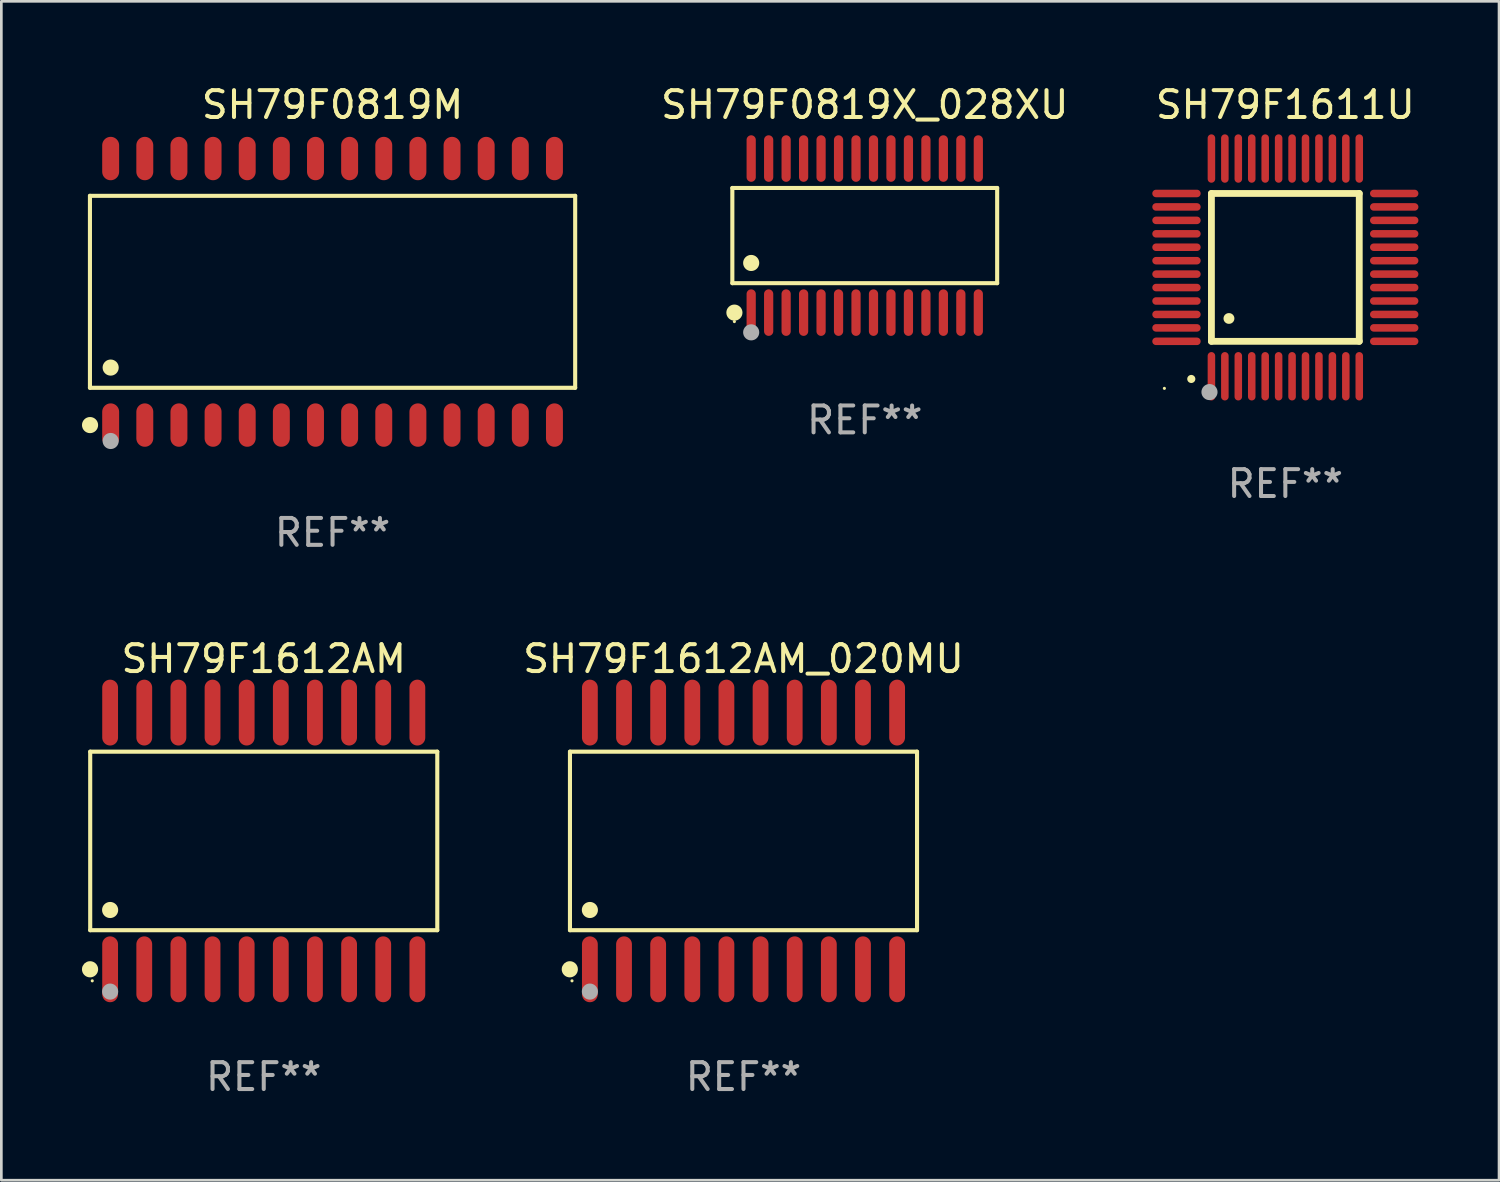
<source format=kicad_pcb>
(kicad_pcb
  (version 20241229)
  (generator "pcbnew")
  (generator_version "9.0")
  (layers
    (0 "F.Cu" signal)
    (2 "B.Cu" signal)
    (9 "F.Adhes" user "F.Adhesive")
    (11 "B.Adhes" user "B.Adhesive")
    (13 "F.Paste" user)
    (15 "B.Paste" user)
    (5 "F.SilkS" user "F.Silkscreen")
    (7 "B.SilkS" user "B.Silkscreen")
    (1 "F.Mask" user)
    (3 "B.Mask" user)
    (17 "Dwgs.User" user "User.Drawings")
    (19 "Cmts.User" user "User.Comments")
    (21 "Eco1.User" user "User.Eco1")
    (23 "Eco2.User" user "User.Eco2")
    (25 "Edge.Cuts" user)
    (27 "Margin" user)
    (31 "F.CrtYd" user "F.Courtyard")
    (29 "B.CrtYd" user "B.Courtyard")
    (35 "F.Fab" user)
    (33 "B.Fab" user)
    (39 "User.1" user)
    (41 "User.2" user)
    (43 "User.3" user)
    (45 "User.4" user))
  (footprint "SH79F0819M"
    (layer "F.Cu")
    (at 9.322 7.806)
    (property "Reference" "SH79F0819M" (at 0 -6.958 0) (layer "F.SilkS") (effects (font (size 1 1) (thickness 0.15))))
    (attr through_hole)
    (fp_line (start -9.026 -3.571) (end 9.026 -3.571) (stroke (width 0.152) (type solid)) (layer "F.SilkS"))
    (fp_line (start -9.026 3.571) (end -9.026 -3.571) (stroke (width 0.152) (type solid)) (layer "F.SilkS"))
    (fp_line (start 9.026 -3.571) (end 9.026 3.571) (stroke (width 0.152) (type solid)) (layer "F.SilkS"))
    (fp_line (start 9.026 3.571) (end -9.026 3.571) (stroke (width 0.152) (type solid)) (layer "F.SilkS"))
    (fp_circle (center -9.022 4.958) (end -8.872 4.958) (stroke (width 0.3) (type solid)) (fill no) (layer "F.SilkS"))
    (fp_circle (center -8.95 5.15) (end -8.92 5.15) (stroke (width 0.06) (type solid)) (fill no) (layer "F.SilkS"))
    (fp_circle (center -8.255 2.819) (end -8.105 2.819) (stroke (width 0.3) (type solid)) (fill no) (layer "F.SilkS"))
    (fp_circle (center -8.255 5.55) (end -8.105 5.55) (stroke (width 0.3) (type solid)) (fill no) (layer "F.Fab"))
    (fp_text user "REF**" (at 0 8.958 0) (layer "F.Fab") (effects (font (size 1 1) (thickness 0.15))))
    (pad "1" smd oval (at -8.255 4.958) (size 0.63 1.615) (layers "F.Cu" "F.Mask" "F.Paste"))
    (pad "2" smd oval (at -6.985 4.958) (size 0.63 1.615) (layers "F.Cu" "F.Mask" "F.Paste"))
    (pad "3" smd oval (at -5.715 4.958) (size 0.63 1.615) (layers "F.Cu" "F.Mask" "F.Paste"))
    (pad "4" smd oval (at -4.445 4.958) (size 0.63 1.615) (layers "F.Cu" "F.Mask" "F.Paste"))
    (pad "5" smd oval (at -3.175 4.958) (size 0.63 1.615) (layers "F.Cu" "F.Mask" "F.Paste"))
    (pad "6" smd oval (at -1.905 4.958) (size 0.63 1.615) (layers "F.Cu" "F.Mask" "F.Paste"))
    (pad "7" smd oval (at -0.635 4.958) (size 0.63 1.615) (layers "F.Cu" "F.Mask" "F.Paste"))
    (pad "8" smd oval (at 0.635 4.958) (size 0.63 1.615) (layers "F.Cu" "F.Mask" "F.Paste"))
    (pad "9" smd oval (at 1.905 4.958) (size 0.63 1.615) (layers "F.Cu" "F.Mask" "F.Paste"))
    (pad "10" smd oval (at 3.175 4.958) (size 0.63 1.615) (layers "F.Cu" "F.Mask" "F.Paste"))
    (pad "11" smd oval (at 4.445 4.958) (size 0.63 1.615) (layers "F.Cu" "F.Mask" "F.Paste"))
    (pad "12" smd oval (at 5.715 4.958) (size 0.63 1.615) (layers "F.Cu" "F.Mask" "F.Paste"))
    (pad "13" smd oval (at 6.985 4.958) (size 0.63 1.615) (layers "F.Cu" "F.Mask" "F.Paste"))
    (pad "14" smd oval (at 8.255 4.958) (size 0.63 1.615) (layers "F.Cu" "F.Mask" "F.Paste"))
    (pad "15" smd oval (at 8.255 -4.958) (size 0.63 1.615) (layers "F.Cu" "F.Mask" "F.Paste"))
    (pad "16" smd oval (at 6.985 -4.958) (size 0.63 1.615) (layers "F.Cu" "F.Mask" "F.Paste"))
    (pad "17" smd oval (at 5.715 -4.958) (size 0.63 1.615) (layers "F.Cu" "F.Mask" "F.Paste"))
    (pad "18" smd oval (at 4.445 -4.958) (size 0.63 1.615) (layers "F.Cu" "F.Mask" "F.Paste"))
    (pad "19" smd oval (at 3.175 -4.958) (size 0.63 1.615) (layers "F.Cu" "F.Mask" "F.Paste"))
    (pad "20" smd oval (at 1.905 -4.958) (size 0.63 1.615) (layers "F.Cu" "F.Mask" "F.Paste"))
    (pad "21" smd oval (at 0.635 -4.958) (size 0.63 1.615) (layers "F.Cu" "F.Mask" "F.Paste"))
    (pad "22" smd oval (at -0.635 -4.958) (size 0.63 1.615) (layers "F.Cu" "F.Mask" "F.Paste"))
    (pad "23" smd oval (at -1.905 -4.958) (size 0.63 1.615) (layers "F.Cu" "F.Mask" "F.Paste"))
    (pad "24" smd oval (at -3.175 -4.958) (size 0.63 1.615) (layers "F.Cu" "F.Mask" "F.Paste"))
    (pad "25" smd oval (at -4.445 -4.958) (size 0.63 1.615) (layers "F.Cu" "F.Mask" "F.Paste"))
    (pad "26" smd oval (at -5.715 -4.958) (size 0.63 1.615) (layers "F.Cu" "F.Mask" "F.Paste"))
    (pad "27" smd oval (at -6.985 -4.958) (size 0.63 1.615) (layers "F.Cu" "F.Mask" "F.Paste"))
    (pad "28" smd oval (at -8.255 -4.958) (size 0.63 1.615) (layers "F.Cu" "F.Mask" "F.Paste")))
  (footprint "SH79F1611U"
    (layer "F.Cu")
    (at 44.768 6.898)
    (property "Reference" "SH79F1611U" (at 0 -6.05 0) (layer "F.SilkS") (effects (font (size 1 1) (thickness 0.15))))
    (attr through_hole)
    (fp_line (start -2.75 -2.75) (end 2.75 -2.75) (stroke (width 0.254) (type solid)) (layer "F.SilkS"))
    (fp_line (start -2.75 2.75) (end -2.75 -2.75) (stroke (width 0.254) (type solid)) (layer "F.SilkS"))
    (fp_line (start 2.75 -2.75) (end 2.75 2.75) (stroke (width 0.254) (type solid)) (layer "F.SilkS"))
    (fp_line (start 2.75 2.75) (end -2.75 2.75) (stroke (width 0.254) (type solid)) (layer "F.SilkS"))
    (fp_arc (start -3.500127 4.150368) (mid -3.498857 4.150363) (end -3.497587 4.150368) (stroke (width 0.3) (type solid)) (layer "F.SilkS"))
    (fp_arc (start -2.100584 1.899924) (mid -2.098044 1.899908) (end -2.095504 1.899924) (stroke (width 0.4) (type solid)) (layer "F.SilkS"))
    (fp_circle (center -4.5 4.5) (end -4.47 4.5) (stroke (width 0.06) (type solid)) (fill no) (layer "F.SilkS"))
    (fp_circle (center -2.822 4.638) (end -2.672 4.638) (stroke (width 0.3) (type solid)) (fill no) (layer "F.Fab"))
    (fp_text user "REF**" (at 0 8.05 0) (layer "F.Fab") (effects (font (size 1 1) (thickness 0.15))))
    (pad "1" smd oval (at -2.75 4.05) (size 0.28 1.8) (layers "F.Cu" "F.Mask" "F.Paste"))
    (pad "2" smd oval (at -2.25 4.05) (size 0.28 1.8) (layers "F.Cu" "F.Mask" "F.Paste"))
    (pad "3" smd oval (at -1.75 4.05) (size 0.28 1.8) (layers "F.Cu" "F.Mask" "F.Paste"))
    (pad "4" smd oval (at -1.25 4.05) (size 0.28 1.8) (layers "F.Cu" "F.Mask" "F.Paste"))
    (pad "5" smd oval (at -0.75 4.05) (size 0.28 1.8) (layers "F.Cu" "F.Mask" "F.Paste"))
    (pad "6" smd oval (at -0.25 4.05) (size 0.28 1.8) (layers "F.Cu" "F.Mask" "F.Paste"))
    (pad "7" smd oval (at 0.25 4.05) (size 0.28 1.8) (layers "F.Cu" "F.Mask" "F.Paste"))
    (pad "8" smd oval (at 0.75 4.05) (size 0.28 1.8) (layers "F.Cu" "F.Mask" "F.Paste"))
    (pad "9" smd oval (at 1.25 4.05) (size 0.28 1.8) (layers "F.Cu" "F.Mask" "F.Paste"))
    (pad "10" smd oval (at 1.75 4.05) (size 0.28 1.8) (layers "F.Cu" "F.Mask" "F.Paste"))
    (pad "11" smd oval (at 2.25 4.05) (size 0.28 1.8) (layers "F.Cu" "F.Mask" "F.Paste"))
    (pad "12" smd oval (at 2.75 4.05) (size 0.28 1.8) (layers "F.Cu" "F.Mask" "F.Paste"))
    (pad "13" smd oval (at 4.05 2.75) (size 1.8 0.28) (layers "F.Cu" "F.Mask" "F.Paste"))
    (pad "14" smd oval (at 4.05 2.25) (size 1.8 0.28) (layers "F.Cu" "F.Mask" "F.Paste"))
    (pad "15" smd oval (at 4.05 1.75) (size 1.8 0.28) (layers "F.Cu" "F.Mask" "F.Paste"))
    (pad "16" smd oval (at 4.05 1.25) (size 1.8 0.28) (layers "F.Cu" "F.Mask" "F.Paste"))
    (pad "17" smd oval (at 4.05 0.75) (size 1.8 0.28) (layers "F.Cu" "F.Mask" "F.Paste"))
    (pad "18" smd oval (at 4.05 0.25) (size 1.8 0.28) (layers "F.Cu" "F.Mask" "F.Paste"))
    (pad "19" smd oval (at 4.05 -0.25) (size 1.8 0.28) (layers "F.Cu" "F.Mask" "F.Paste"))
    (pad "20" smd oval (at 4.05 -0.75) (size 1.8 0.28) (layers "F.Cu" "F.Mask" "F.Paste"))
    (pad "21" smd oval (at 4.05 -1.25) (size 1.8 0.28) (layers "F.Cu" "F.Mask" "F.Paste"))
    (pad "22" smd oval (at 4.05 -1.75) (size 1.8 0.28) (layers "F.Cu" "F.Mask" "F.Paste"))
    (pad "23" smd oval (at 4.05 -2.25) (size 1.8 0.28) (layers "F.Cu" "F.Mask" "F.Paste"))
    (pad "24" smd oval (at 4.05 -2.75) (size 1.8 0.28) (layers "F.Cu" "F.Mask" "F.Paste"))
    (pad "25" smd oval (at 2.75 -4.05) (size 0.28 1.8) (layers "F.Cu" "F.Mask" "F.Paste"))
    (pad "26" smd oval (at 2.25 -4.05) (size 0.28 1.8) (layers "F.Cu" "F.Mask" "F.Paste"))
    (pad "27" smd oval (at 1.75 -4.05) (size 0.28 1.8) (layers "F.Cu" "F.Mask" "F.Paste"))
    (pad "28" smd oval (at 1.25 -4.05) (size 0.28 1.8) (layers "F.Cu" "F.Mask" "F.Paste"))
    (pad "29" smd oval (at 0.75 -4.05) (size 0.28 1.8) (layers "F.Cu" "F.Mask" "F.Paste"))
    (pad "30" smd oval (at 0.25 -4.05) (size 0.28 1.8) (layers "F.Cu" "F.Mask" "F.Paste"))
    (pad "31" smd oval (at -0.25 -4.05) (size 0.28 1.8) (layers "F.Cu" "F.Mask" "F.Paste"))
    (pad "32" smd oval (at -0.75 -4.05) (size 0.28 1.8) (layers "F.Cu" "F.Mask" "F.Paste"))
    (pad "33" smd oval (at -1.25 -4.05) (size 0.28 1.8) (layers "F.Cu" "F.Mask" "F.Paste"))
    (pad "34" smd oval (at -1.75 -4.05) (size 0.28 1.8) (layers "F.Cu" "F.Mask" "F.Paste"))
    (pad "35" smd oval (at -2.25 -4.05) (size 0.28 1.8) (layers "F.Cu" "F.Mask" "F.Paste"))
    (pad "36" smd oval (at -2.75 -4.05) (size 0.28 1.8) (layers "F.Cu" "F.Mask" "F.Paste"))
    (pad "37" smd oval (at -4.05 -2.75) (size 1.8 0.28) (layers "F.Cu" "F.Mask" "F.Paste"))
    (pad "38" smd oval (at -4.05 -2.25) (size 1.8 0.28) (layers "F.Cu" "F.Mask" "F.Paste"))
    (pad "39" smd oval (at -4.05 -1.75) (size 1.8 0.28) (layers "F.Cu" "F.Mask" "F.Paste"))
    (pad "40" smd oval (at -4.05 -1.25) (size 1.8 0.28) (layers "F.Cu" "F.Mask" "F.Paste"))
    (pad "41" smd oval (at -4.05 -0.75) (size 1.8 0.28) (layers "F.Cu" "F.Mask" "F.Paste"))
    (pad "42" smd oval (at -4.05 -0.25) (size 1.8 0.28) (layers "F.Cu" "F.Mask" "F.Paste"))
    (pad "43" smd oval (at -4.05 0.25) (size 1.8 0.28) (layers "F.Cu" "F.Mask" "F.Paste"))
    (pad "44" smd oval (at -4.05 0.75) (size 1.8 0.28) (layers "F.Cu" "F.Mask" "F.Paste"))
    (pad "45" smd oval (at -4.05 1.25) (size 1.8 0.28) (layers "F.Cu" "F.Mask" "F.Paste"))
    (pad "46" smd oval (at -4.05 1.75) (size 1.8 0.28) (layers "F.Cu" "F.Mask" "F.Paste"))
    (pad "47" smd oval (at -4.05 2.25) (size 1.8 0.28) (layers "F.Cu" "F.Mask" "F.Paste"))
    (pad "48" smd oval (at -4.05 2.75) (size 1.8 0.28) (layers "F.Cu" "F.Mask" "F.Paste")))
  (footprint "SH79F0819X_028XU"
    (layer "F.Cu")
    (at 29.121 5.714)
    (property "Reference" "SH79F0819X_028XU" (at 0 -4.866 0) (layer "F.SilkS") (effects (font (size 1 1) (thickness 0.15))))
    (attr through_hole)
    (fp_line (start -4.926 -1.772) (end 4.926 -1.772) (stroke (width 0.152) (type solid)) (layer "F.SilkS"))
    (fp_line (start -4.926 1.771) (end -4.926 -1.772) (stroke (width 0.152) (type solid)) (layer "F.SilkS"))
    (fp_line (start 4.926 -1.772) (end 4.926 1.771) (stroke (width 0.152) (type solid)) (layer "F.SilkS"))
    (fp_line (start 4.926 1.771) (end -4.926 1.771) (stroke (width 0.152) (type solid)) (layer "F.SilkS"))
    (fp_circle (center -4.85 3.2) (end -4.82 3.2) (stroke (width 0.06) (type solid)) (fill no) (layer "F.SilkS"))
    (fp_circle (center -4.849 2.866) (end -4.699 2.866) (stroke (width 0.3) (type solid)) (fill no) (layer "F.SilkS"))
    (fp_circle (center -4.225 1.019) (end -4.075 1.019) (stroke (width 0.3) (type solid)) (fill no) (layer "F.SilkS"))
    (fp_circle (center -4.225 3.6) (end -4.075 3.6) (stroke (width 0.3) (type solid)) (fill no) (layer "F.Fab"))
    (fp_text user "REF**" (at 0 6.866 0) (layer "F.Fab") (effects (font (size 1 1) (thickness 0.15))))
    (pad "1" smd oval (at -4.225 2.866) (size 0.343 1.731) (layers "F.Cu" "F.Mask" "F.Paste"))
    (pad "2" smd oval (at -3.575 2.866) (size 0.343 1.731) (layers "F.Cu" "F.Mask" "F.Paste"))
    (pad "3" smd oval (at -2.925 2.866) (size 0.343 1.731) (layers "F.Cu" "F.Mask" "F.Paste"))
    (pad "4" smd oval (at -2.275 2.866) (size 0.343 1.731) (layers "F.Cu" "F.Mask" "F.Paste"))
    (pad "5" smd oval (at -1.625 2.866) (size 0.343 1.731) (layers "F.Cu" "F.Mask" "F.Paste"))
    (pad "6" smd oval (at -0.975 2.866) (size 0.343 1.731) (layers "F.Cu" "F.Mask" "F.Paste"))
    (pad "7" smd oval (at -0.325 2.866) (size 0.343 1.731) (layers "F.Cu" "F.Mask" "F.Paste"))
    (pad "8" smd oval (at 0.325 2.866) (size 0.343 1.731) (layers "F.Cu" "F.Mask" "F.Paste"))
    (pad "9" smd oval (at 0.975 2.866) (size 0.343 1.731) (layers "F.Cu" "F.Mask" "F.Paste"))
    (pad "10" smd oval (at 1.625 2.866) (size 0.343 1.731) (layers "F.Cu" "F.Mask" "F.Paste"))
    (pad "11" smd oval (at 2.275 2.866) (size 0.343 1.731) (layers "F.Cu" "F.Mask" "F.Paste"))
    (pad "12" smd oval (at 2.925 2.866) (size 0.343 1.731) (layers "F.Cu" "F.Mask" "F.Paste"))
    (pad "13" smd oval (at 3.575 2.866) (size 0.343 1.731) (layers "F.Cu" "F.Mask" "F.Paste"))
    (pad "14" smd oval (at 4.225 2.866) (size 0.343 1.731) (layers "F.Cu" "F.Mask" "F.Paste"))
    (pad "15" smd oval (at 4.225 -2.866) (size 0.343 1.731) (layers "F.Cu" "F.Mask" "F.Paste"))
    (pad "16" smd oval (at 3.575 -2.866) (size 0.343 1.731) (layers "F.Cu" "F.Mask" "F.Paste"))
    (pad "17" smd oval (at 2.925 -2.866) (size 0.343 1.731) (layers "F.Cu" "F.Mask" "F.Paste"))
    (pad "18" smd oval (at 2.275 -2.866) (size 0.343 1.731) (layers "F.Cu" "F.Mask" "F.Paste"))
    (pad "19" smd oval (at 1.625 -2.866) (size 0.343 1.731) (layers "F.Cu" "F.Mask" "F.Paste"))
    (pad "20" smd oval (at 0.975 -2.866) (size 0.343 1.731) (layers "F.Cu" "F.Mask" "F.Paste"))
    (pad "21" smd oval (at 0.325 -2.866) (size 0.343 1.731) (layers "F.Cu" "F.Mask" "F.Paste"))
    (pad "22" smd oval (at -0.325 -2.866) (size 0.343 1.731) (layers "F.Cu" "F.Mask" "F.Paste"))
    (pad "23" smd oval (at -0.975 -2.866) (size 0.343 1.731) (layers "F.Cu" "F.Mask" "F.Paste"))
    (pad "24" smd oval (at -1.625 -2.866) (size 0.343 1.731) (layers "F.Cu" "F.Mask" "F.Paste"))
    (pad "25" smd oval (at -2.275 -2.866) (size 0.343 1.731) (layers "F.Cu" "F.Mask" "F.Paste"))
    (pad "26" smd oval (at -2.925 -2.866) (size 0.343 1.731) (layers "F.Cu" "F.Mask" "F.Paste"))
    (pad "27" smd oval (at -3.575 -2.866) (size 0.343 1.731) (layers "F.Cu" "F.Mask" "F.Paste"))
    (pad "28" smd oval (at -4.225 -2.866) (size 0.343 1.731) (layers "F.Cu" "F.Mask" "F.Paste")))
  (footprint "SH79F1612AM"
    (layer "F.Cu")
    (at 6.762 28.235)
    (property "Reference" "SH79F1612AM" (at 0 -6.775 0) (layer "F.SilkS") (effects (font (size 1 1) (thickness 0.15))))
    (attr through_hole)
    (fp_line (start -6.456 -3.321) (end 6.456 -3.321) (stroke (width 0.152) (type solid)) (layer "F.SilkS"))
    (fp_line (start -6.456 3.321) (end -6.456 -3.321) (stroke (width 0.152) (type solid)) (layer "F.SilkS"))
    (fp_line (start 6.456 -3.321) (end 6.456 3.321) (stroke (width 0.152) (type solid)) (layer "F.SilkS"))
    (fp_line (start 6.456 3.321) (end -6.456 3.321) (stroke (width 0.152) (type solid)) (layer "F.SilkS"))
    (fp_circle (center -6.462 4.775) (end -6.311 4.775) (stroke (width 0.3) (type solid)) (fill no) (layer "F.SilkS"))
    (fp_circle (center -6.38 5.205) (end -6.35 5.205) (stroke (width 0.06) (type solid)) (fill no) (layer "F.SilkS"))
    (fp_circle (center -5.715 2.569) (end -5.565 2.569) (stroke (width 0.3) (type solid)) (fill no) (layer "F.SilkS"))
    (fp_circle (center -5.715 5.605) (end -5.565 5.605) (stroke (width 0.3) (type solid)) (fill no) (layer "F.Fab"))
    (fp_text user "REF**" (at 0 8.775 0) (layer "F.Fab") (effects (font (size 1 1) (thickness 0.15))))
    (pad "1" smd oval (at -5.715 4.775) (size 0.588 2.45) (layers "F.Cu" "F.Mask" "F.Paste"))
    (pad "2" smd oval (at -4.445 4.775) (size 0.588 2.45) (layers "F.Cu" "F.Mask" "F.Paste"))
    (pad "3" smd oval (at -3.175 4.775) (size 0.588 2.45) (layers "F.Cu" "F.Mask" "F.Paste"))
    (pad "4" smd oval (at -1.905 4.775) (size 0.588 2.45) (layers "F.Cu" "F.Mask" "F.Paste"))
    (pad "5" smd oval (at -0.635 4.775) (size 0.588 2.45) (layers "F.Cu" "F.Mask" "F.Paste"))
    (pad "6" smd oval (at 0.635 4.775) (size 0.588 2.45) (layers "F.Cu" "F.Mask" "F.Paste"))
    (pad "7" smd oval (at 1.905 4.775) (size 0.588 2.45) (layers "F.Cu" "F.Mask" "F.Paste"))
    (pad "8" smd oval (at 3.175 4.775) (size 0.588 2.45) (layers "F.Cu" "F.Mask" "F.Paste"))
    (pad "9" smd oval (at 4.445 4.775) (size 0.588 2.45) (layers "F.Cu" "F.Mask" "F.Paste"))
    (pad "10" smd oval (at 5.715 4.775) (size 0.588 2.45) (layers "F.Cu" "F.Mask" "F.Paste"))
    (pad "11" smd oval (at 5.715 -4.775) (size 0.588 2.45) (layers "F.Cu" "F.Mask" "F.Paste"))
    (pad "12" smd oval (at 4.445 -4.775) (size 0.588 2.45) (layers "F.Cu" "F.Mask" "F.Paste"))
    (pad "13" smd oval (at 3.175 -4.775) (size 0.588 2.45) (layers "F.Cu" "F.Mask" "F.Paste"))
    (pad "14" smd oval (at 1.905 -4.775) (size 0.588 2.45) (layers "F.Cu" "F.Mask" "F.Paste"))
    (pad "15" smd oval (at 0.635 -4.775) (size 0.588 2.45) (layers "F.Cu" "F.Mask" "F.Paste"))
    (pad "16" smd oval (at -0.635 -4.775) (size 0.588 2.45) (layers "F.Cu" "F.Mask" "F.Paste"))
    (pad "17" smd oval (at -1.905 -4.775) (size 0.588 2.45) (layers "F.Cu" "F.Mask" "F.Paste"))
    (pad "18" smd oval (at -3.175 -4.775) (size 0.588 2.45) (layers "F.Cu" "F.Mask" "F.Paste"))
    (pad "19" smd oval (at -4.445 -4.775) (size 0.588 2.45) (layers "F.Cu" "F.Mask" "F.Paste"))
    (pad "20" smd oval (at -5.715 -4.775) (size 0.588 2.45) (layers "F.Cu" "F.Mask" "F.Paste")))
  (footprint "SH79F1612AM_020MU"
    (layer "F.Cu")
    (at 24.61 28.235)
    (property "Reference" "SH79F1612AM_020MU" (at 0 -6.775 0) (layer "F.SilkS") (effects (font (size 1 1) (thickness 0.15))))
    (attr through_hole)
    (fp_line (start -6.456 -3.321) (end 6.456 -3.321) (stroke (width 0.152) (type solid)) (layer "F.SilkS"))
    (fp_line (start -6.456 3.321) (end -6.456 -3.321) (stroke (width 0.152) (type solid)) (layer "F.SilkS"))
    (fp_line (start 6.456 -3.321) (end 6.456 3.321) (stroke (width 0.152) (type solid)) (layer "F.SilkS"))
    (fp_line (start 6.456 3.321) (end -6.456 3.321) (stroke (width 0.152) (type solid)) (layer "F.SilkS"))
    (fp_circle (center -6.462 4.775) (end -6.311 4.775) (stroke (width 0.3) (type solid)) (fill no) (layer "F.SilkS"))
    (fp_circle (center -6.38 5.205) (end -6.35 5.205) (stroke (width 0.06) (type solid)) (fill no) (layer "F.SilkS"))
    (fp_circle (center -5.715 2.569) (end -5.565 2.569) (stroke (width 0.3) (type solid)) (fill no) (layer "F.SilkS"))
    (fp_circle (center -5.715 5.605) (end -5.565 5.605) (stroke (width 0.3) (type solid)) (fill no) (layer "F.Fab"))
    (fp_text user "REF**" (at 0 8.775 0) (layer "F.Fab") (effects (font (size 1 1) (thickness 0.15))))
    (pad "1" smd oval (at -5.715 4.775) (size 0.588 2.45) (layers "F.Cu" "F.Mask" "F.Paste"))
    (pad "2" smd oval (at -4.445 4.775) (size 0.588 2.45) (layers "F.Cu" "F.Mask" "F.Paste"))
    (pad "3" smd oval (at -3.175 4.775) (size 0.588 2.45) (layers "F.Cu" "F.Mask" "F.Paste"))
    (pad "4" smd oval (at -1.905 4.775) (size 0.588 2.45) (layers "F.Cu" "F.Mask" "F.Paste"))
    (pad "5" smd oval (at -0.635 4.775) (size 0.588 2.45) (layers "F.Cu" "F.Mask" "F.Paste"))
    (pad "6" smd oval (at 0.635 4.775) (size 0.588 2.45) (layers "F.Cu" "F.Mask" "F.Paste"))
    (pad "7" smd oval (at 1.905 4.775) (size 0.588 2.45) (layers "F.Cu" "F.Mask" "F.Paste"))
    (pad "8" smd oval (at 3.175 4.775) (size 0.588 2.45) (layers "F.Cu" "F.Mask" "F.Paste"))
    (pad "9" smd oval (at 4.445 4.775) (size 0.588 2.45) (layers "F.Cu" "F.Mask" "F.Paste"))
    (pad "10" smd oval (at 5.715 4.775) (size 0.588 2.45) (layers "F.Cu" "F.Mask" "F.Paste"))
    (pad "11" smd oval (at 5.715 -4.775) (size 0.588 2.45) (layers "F.Cu" "F.Mask" "F.Paste"))
    (pad "12" smd oval (at 4.445 -4.775) (size 0.588 2.45) (layers "F.Cu" "F.Mask" "F.Paste"))
    (pad "13" smd oval (at 3.175 -4.775) (size 0.588 2.45) (layers "F.Cu" "F.Mask" "F.Paste"))
    (pad "14" smd oval (at 1.905 -4.775) (size 0.588 2.45) (layers "F.Cu" "F.Mask" "F.Paste"))
    (pad "15" smd oval (at 0.635 -4.775) (size 0.588 2.45) (layers "F.Cu" "F.Mask" "F.Paste"))
    (pad "16" smd oval (at -0.635 -4.775) (size 0.588 2.45) (layers "F.Cu" "F.Mask" "F.Paste"))
    (pad "17" smd oval (at -1.905 -4.775) (size 0.588 2.45) (layers "F.Cu" "F.Mask" "F.Paste"))
    (pad "18" smd oval (at -3.175 -4.775) (size 0.588 2.45) (layers "F.Cu" "F.Mask" "F.Paste"))
    (pad "19" smd oval (at -4.445 -4.775) (size 0.588 2.45) (layers "F.Cu" "F.Mask" "F.Paste"))
    (pad "20" smd oval (at -5.715 -4.775) (size 0.588 2.45) (layers "F.Cu" "F.Mask" "F.Paste")))
  (gr_rect
    (start -3 -3)
    (end 52.718 40.858)
    (stroke (width 0.1) (type default))
    (fill no)
    (layer "Edge.Cuts")))
</source>
